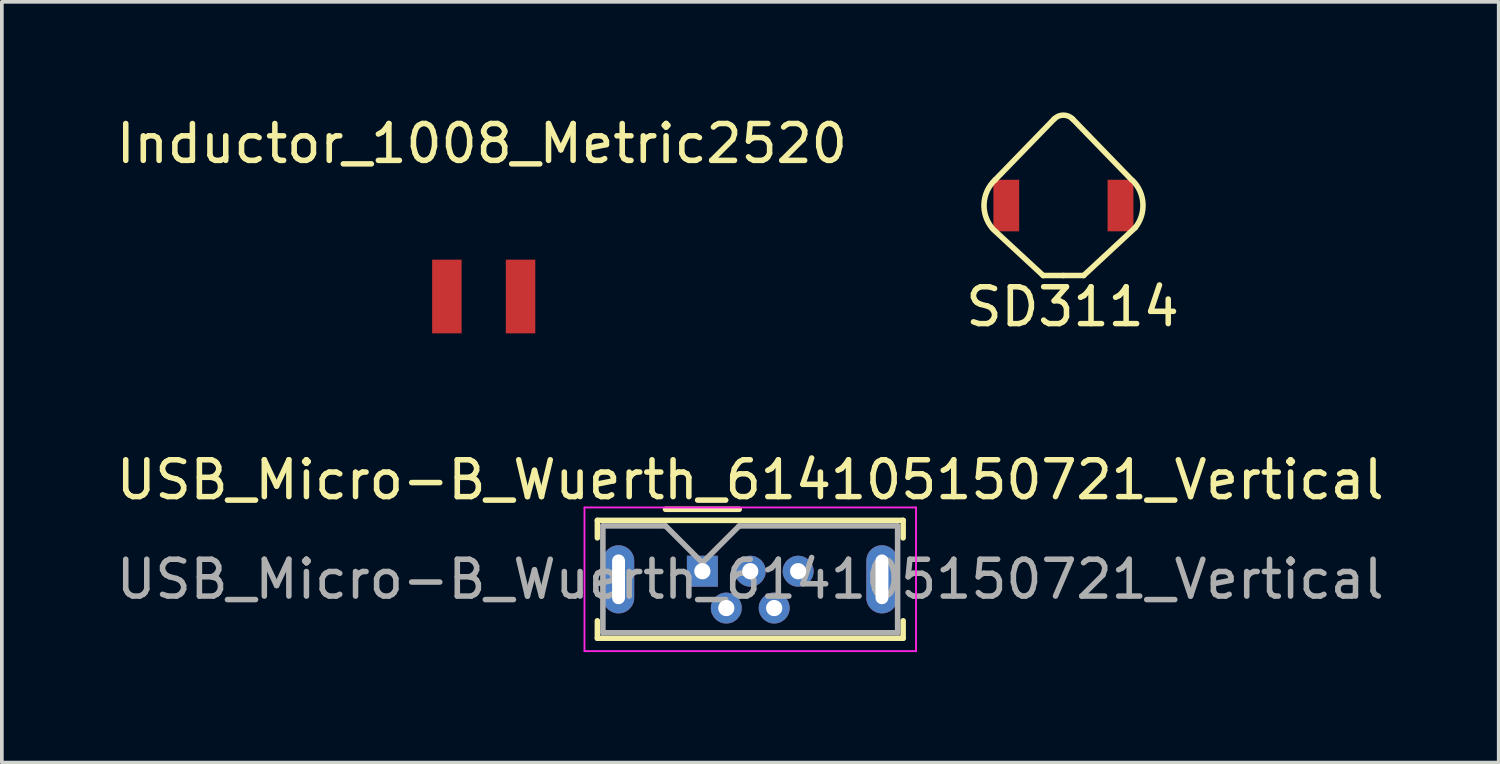
<source format=kicad_pcb>
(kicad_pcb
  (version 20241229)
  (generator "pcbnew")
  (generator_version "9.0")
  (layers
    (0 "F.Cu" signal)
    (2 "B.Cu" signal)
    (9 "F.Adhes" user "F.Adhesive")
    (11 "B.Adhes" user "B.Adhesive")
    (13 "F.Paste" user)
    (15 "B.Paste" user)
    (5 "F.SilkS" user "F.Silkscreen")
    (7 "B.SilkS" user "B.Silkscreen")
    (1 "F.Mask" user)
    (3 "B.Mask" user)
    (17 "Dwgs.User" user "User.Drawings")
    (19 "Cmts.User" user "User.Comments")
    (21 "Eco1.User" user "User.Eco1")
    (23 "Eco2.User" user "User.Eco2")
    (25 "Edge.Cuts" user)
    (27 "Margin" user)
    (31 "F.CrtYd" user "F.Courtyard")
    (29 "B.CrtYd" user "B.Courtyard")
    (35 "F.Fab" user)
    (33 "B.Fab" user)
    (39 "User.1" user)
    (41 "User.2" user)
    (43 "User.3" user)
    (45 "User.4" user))
  (footprint "SD3114"
    (layer "F.Cu")
    (at 25.815 2.529)
    (property "Reference" "SD3114" (at 0.25 2.75 0) (layer "F.SilkS") (effects (font (size 1 1) (thickness 0.15))))
    (attr through_hole)
    (fp_line (start -0.55 1.9) (end -1.9 0.65) (stroke (width 0.15) (type solid)) (layer "F.SilkS"))
    (fp_line (start -0.25 -2.35) (end -1.85 -0.7) (stroke (width 0.15) (type solid)) (layer "F.SilkS"))
    (fp_line (start 0 1.9) (end -0.55 1.9) (stroke (width 0.15) (type solid)) (layer "F.SilkS"))
    (fp_line (start 0 1.9) (end 0.55 1.9) (stroke (width 0.15) (type solid)) (layer "F.SilkS"))
    (fp_line (start 0.25 -2.35) (end 1.85 -0.7) (stroke (width 0.15) (type solid)) (layer "F.SilkS"))
    (fp_line (start 0.55 1.9) (end 1.95 0.6) (stroke (width 0.15) (type solid)) (layer "F.SilkS"))
    (fp_arc (start -1.925278 0.621667) (mid -2.153702 -0.05432) (end -1.849999 -0.699999) (stroke (width 0.15) (type solid)) (layer "F.SilkS"))
    (fp_arc (start -0.249999 -2.349999) (mid 0 -2.453552) (end 0.249999 -2.349999) (stroke (width 0.15) (type solid)) (layer "F.SilkS"))
    (fp_arc (start 1.879154 -0.679154) (mid 2.158999 -0.053114) (end 1.95 0.6) (stroke (width 0.15) (type solid)) (layer "F.SilkS"))
    (pad "1" smd rect (at -1.55 0) (size 0.7 1.4) (layers "F.Cu" "F.Mask" "F.Paste"))
    (pad "2" smd rect (at 1.55 0) (size 0.7 1.4) (layers "F.Cu" "F.Mask" "F.Paste")))
  (footprint "USB_Micro-B_Wuerth_614105150721_Vertical"
    (layer "F.Cu")
    (at 16.015 12.455)
    (property "Reference" "USB_Micro-B_Wuerth_614105150721_Vertical" (at 1.3 -2.48 0) (layer "F.SilkS") (effects (font (size 1 1) (thickness 0.15))))
    (attr through_hole)
    (fp_line (start -2.85 -1.38) (end 5.45 -1.38) (stroke (width 0.15) (type solid)) (layer "F.SilkS"))
    (fp_line (start -2.85 -0.905) (end -2.85 -1.38) (stroke (width 0.15) (type solid)) (layer "F.SilkS"))
    (fp_line (start -2.85 1.345) (end -2.85 1.82) (stroke (width 0.15) (type solid)) (layer "F.SilkS"))
    (fp_line (start -2.85 1.82) (end 5.45 1.82) (stroke (width 0.15) (type solid)) (layer "F.SilkS"))
    (fp_line (start -1 -1.68) (end 1 -1.68) (stroke (width 0.15) (type solid)) (layer "F.SilkS"))
    (fp_line (start 5.45 -1.38) (end 5.45 -0.905) (stroke (width 0.15) (type solid)) (layer "F.SilkS"))
    (fp_line (start 5.45 1.82) (end 5.45 1.345) (stroke (width 0.15) (type solid)) (layer "F.SilkS"))
    (fp_line (start -3.2 -1.73) (end -3.2 2.17) (stroke (width 0.05) (type solid)) (layer "F.CrtYd"))
    (fp_line (start -3.2 2.17) (end 5.8 2.17) (stroke (width 0.05) (type solid)) (layer "F.CrtYd"))
    (fp_line (start 5.8 -1.73) (end -3.2 -1.73) (stroke (width 0.05) (type solid)) (layer "F.CrtYd"))
    (fp_line (start 5.8 2.17) (end 5.8 -1.73) (stroke (width 0.05) (type solid)) (layer "F.CrtYd"))
    (fp_line (start -2.7 -1.23) (end -1 -1.23) (stroke (width 0.15) (type solid)) (layer "F.Fab"))
    (fp_line (start -2.7 1.67) (end -2.7 -1.23) (stroke (width 0.15) (type solid)) (layer "F.Fab"))
    (fp_line (start -1 -1.23) (end 0 -0.23) (stroke (width 0.15) (type solid)) (layer "F.Fab"))
    (fp_line (start 0 -0.23) (end 1 -1.23) (stroke (width 0.15) (type solid)) (layer "F.Fab"))
    (fp_line (start 1 -1.23) (end 5.3 -1.23) (stroke (width 0.15) (type solid)) (layer "F.Fab"))
    (fp_line (start 5.3 -1.23) (end 5.3 1.67) (stroke (width 0.15) (type solid)) (layer "F.Fab"))
    (fp_line (start 5.3 1.67) (end -2.7 1.67) (stroke (width 0.15) (type solid)) (layer "F.Fab"))
    (fp_text user "${REFERENCE}" (at 1.3 0.22 0) (layer "F.Fab") (effects (font (size 1 1) (thickness 0.15))))
    (pad "1" thru_hole rect (at 0 0) (size 0.84 0.84) (drill 0.44) (layers "*.Cu" "*.Mask"))
    (pad "2" thru_hole circle (at 0.65 1) (size 0.84 0.84) (drill 0.44) (layers "*.Cu" "*.Mask"))
    (pad "3" thru_hole circle (at 1.3 0) (size 0.84 0.84) (drill 0.44) (layers "*.Cu" "*.Mask"))
    (pad "4" thru_hole circle (at 1.95 1) (size 0.84 0.84) (drill 0.44) (layers "*.Cu" "*.Mask"))
    (pad "5" thru_hole circle (at 2.6 0) (size 0.84 0.84) (drill 0.44) (layers "*.Cu" "*.Mask"))
    (pad "6" thru_hole oval (at -2.275 0.22) (size 0.85 1.85) (drill oval 0.35 1.35) (layers "*.Cu" "*.Mask"))
    (pad "6" thru_hole oval (at 4.875 0.22) (size 0.85 1.85) (drill oval 0.35 1.35) (layers "*.Cu" "*.Mask")))
  (footprint "Inductor_1008_Metric2520"
    (layer "F.Cu")
    (at 10.08 4.998)
    (property "Reference" "Inductor_1008_Metric2520" (at -0.05 -4.15 0) (layer "F.SilkS") (effects (font (size 1 1) (thickness 0.15))))
    (attr through_hole)
    (pad "1" smd rect (at -1 0) (size 0.8 2) (layers "F.Cu" "F.Mask" "F.Paste"))
    (pad "2" smd rect (at 1 0) (size 0.8 2) (layers "F.Cu" "F.Mask" "F.Paste")))
  (gr_rect
    (start -3 -3)
    (end 37.631 17.65)
    (stroke (width 0.1) (type default))
    (fill no)
    (layer "Edge.Cuts")))
</source>
